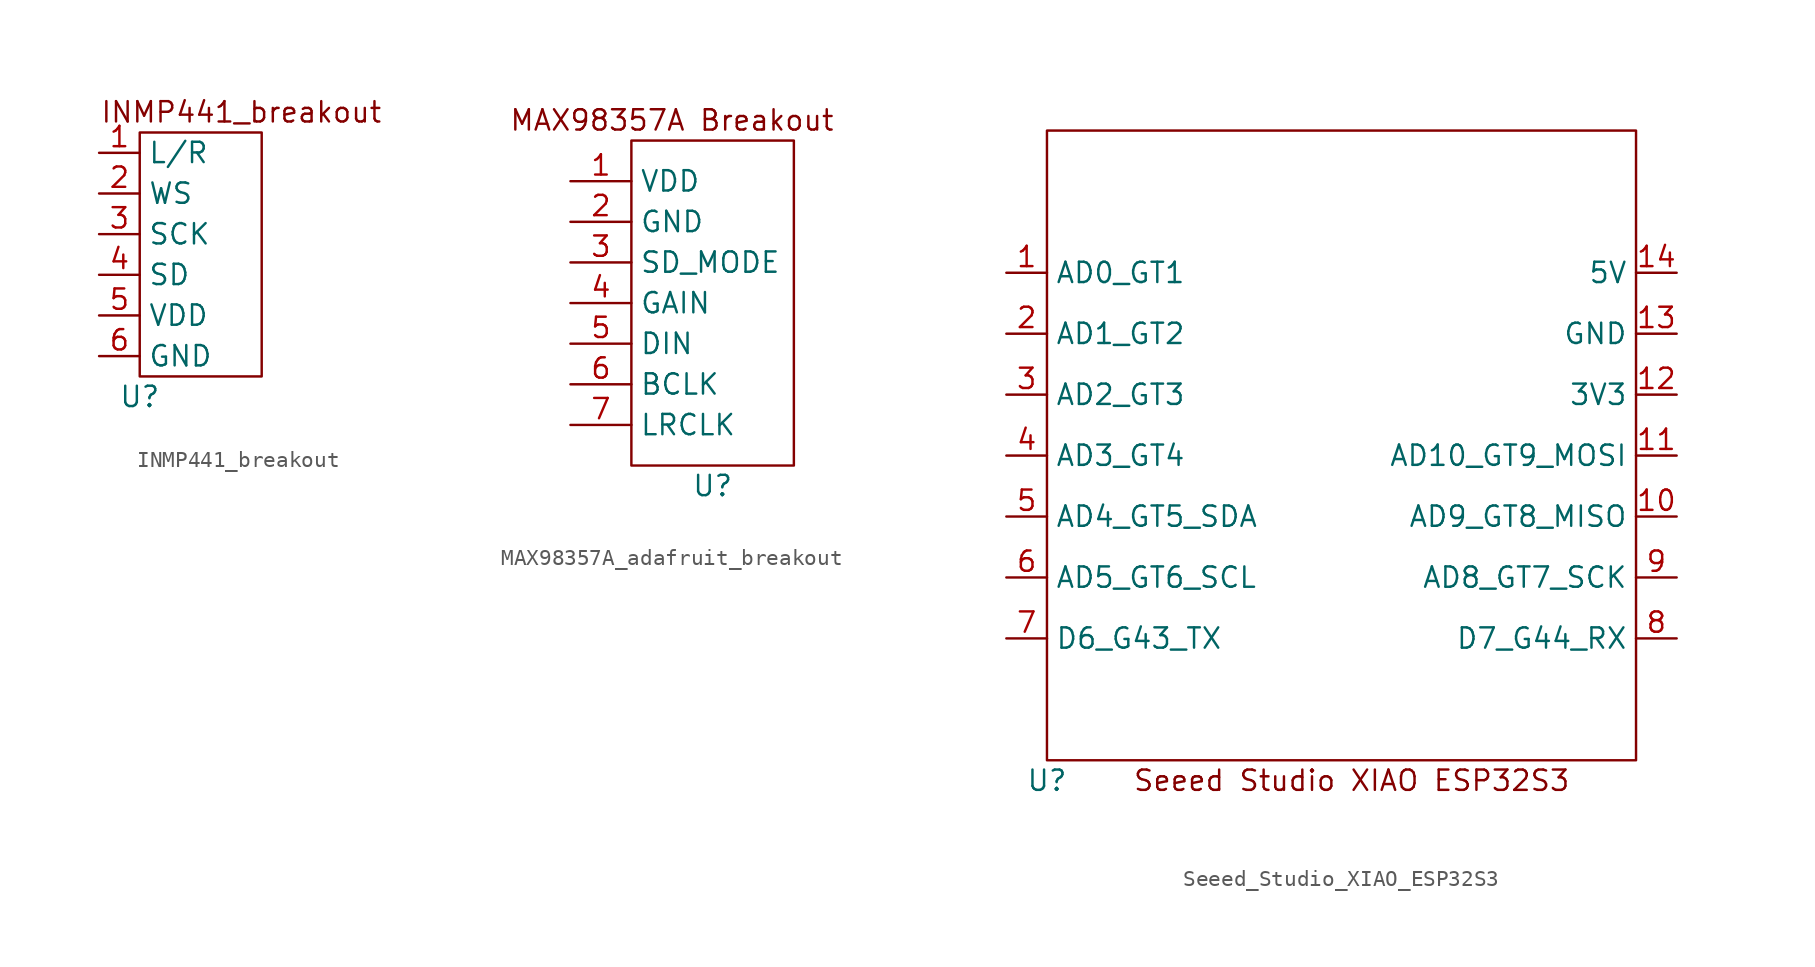
<source format=kicad_sym>
(kicad_symbol_lib
  (version 20220914)
  (generator kicad_symbol_editor)
  (symbol "INMP441_breakout"
    (property "Reference" "U"
      (at 0 0 0)
      (effects (font (size 1.27 1.27))))
    (property "Value" ""
      (at 0 0 0)
      (effects (font (size 1.27 1.27))))
    (symbol "INMP441_breakout_0_1"
      (rectangle (start 0 16.51) (end 7.62 1.27) (stroke (width 0) (type default)) (fill (type none))))
    (symbol "INMP441_breakout_1_0"
      (pin passive line (at -2.54 15.24 0) (length 2.54) (name "L/R" (effects (font (size 1.27 1.27)))) (number "1" (effects (font (size 1.27 1.27)))))
      (pin passive line (at -2.54 12.7 0) (length 2.54) (name "WS" (effects (font (size 1.27 1.27)))) (number "2" (effects (font (size 1.27 1.27)))))
      (pin passive line (at -2.54 10.16 0) (length 2.54) (name "SCK" (effects (font (size 1.27 1.27)))) (number "3" (effects (font (size 1.27 1.27)))))
      (pin passive line (at -2.54 7.62 0) (length 2.54) (name "SD" (effects (font (size 1.27 1.27)))) (number "4" (effects (font (size 1.27 1.27)))))
      (pin passive line (at -2.54 5.08 0) (length 2.54) (name "VDD" (effects (font (size 1.27 1.27)))) (number "5" (effects (font (size 1.27 1.27)))))
      (pin passive line (at -2.54 2.54 0) (length 2.54) (name "GND" (effects (font (size 1.27 1.27)))) (number "6" (effects (font (size 1.27 1.27))))))
    (symbol "INMP441_breakout_1_1"
      (text "INMP441_breakout" (at 6.35 17.78 0) (effects (font (size 1.27 1.27))))))
  (symbol "MAX98357A_adafruit_breakout"
    (property "Reference" "U"
      (at 8.89 -1.27 0)
      (effects (font (size 1.27 1.27))))
    (property "Value" ""
      (at 2.54 0 0)
      (effects (font (size 1.27 1.27))))
    (symbol "MAX98357A_adafruit_breakout_0_1"
      (rectangle (start 3.81 20.32) (end 13.97 0) (stroke (width 0) (type default)) (fill (type none))))
    (symbol "MAX98357A_adafruit_breakout_1_1"
      (text "MAX98357A Breakout" (at 6.35 21.59 0) (effects (font (size 1.27 1.27))))
      (pin passive line (at 0 17.78 0) (length 3.81) (name "VDD" (effects (font (size 1.27 1.27)))) (number "1" (effects (font (size 1.27 1.27)))))
      (pin passive line (at 0 15.24 0) (length 3.81) (name "GND" (effects (font (size 1.27 1.27)))) (number "2" (effects (font (size 1.27 1.27)))))
      (pin passive line (at 0 12.7 0) (length 3.81) (name "SD_MODE" (effects (font (size 1.27 1.27)))) (number "3" (effects (font (size 1.27 1.27)))))
      (pin passive line (at 0 10.16 0) (length 3.81) (name "GAIN" (effects (font (size 1.27 1.27)))) (number "4" (effects (font (size 1.27 1.27)))))
      (pin passive line (at 0 7.62 0) (length 3.81) (name "DIN" (effects (font (size 1.27 1.27)))) (number "5" (effects (font (size 1.27 1.27)))))
      (pin passive line (at 0 5.08 0) (length 3.81) (name "BCLK" (effects (font (size 1.27 1.27)))) (number "6" (effects (font (size 1.27 1.27)))))
      (pin passive line (at 0 2.54 0) (length 3.81) (name "LRCLK" (effects (font (size 1.27 1.27)))) (number "7" (effects (font (size 1.27 1.27)))))))
  (symbol "Seeed_Studio_XIAO_ESP32S3"
    (property "Reference" "U"
      (at -17.78 -21.59 0)
      (effects (font (size 1.27 1.27))))
    (property "Value" ""
      (at 0 0 0)
      (effects (font (size 1.27 1.27))))
    (symbol "Seeed_Studio_XIAO_ESP32S3_0_1"
      (rectangle (start -17.78 19.05) (end 19.05 -20.32) (stroke (width 0) (type default)) (fill (type none))))
    (symbol "Seeed_Studio_XIAO_ESP32S3_1_1"
      (text "Seeed Studio XIAO ESP32S3" (at 1.27 -21.59 0) (effects (font (size 1.27 1.27))))
      (pin passive line (at -20.32 10.16 0) (length 2.54) (name "AD0_GT1" (effects (font (size 1.27 1.27)))) (number "1" (effects (font (size 1.27 1.27)))))
      (pin passive line (at 21.59 -5.08 180) (length 2.54) (name "AD9_GT8_MISO" (effects (font (size 1.27 1.27)))) (number "10" (effects (font (size 1.27 1.27)))))
      (pin passive line (at 21.59 -1.27 180) (length 2.54) (name "AD10_GT9_MOSI" (effects (font (size 1.27 1.27)))) (number "11" (effects (font (size 1.27 1.27)))))
      (pin power_out line (at 21.59 2.54 180) (length 2.54) (name "3V3" (effects (font (size 1.27 1.27)))) (number "12" (effects (font (size 1.27 1.27)))))
      (pin power_out line (at 21.59 6.35 180) (length 2.54) (name "GND" (effects (font (size 1.27 1.27)))) (number "13" (effects (font (size 1.27 1.27)))))
      (pin power_out line (at 21.59 10.16 180) (length 2.54) (name "5V" (effects (font (size 1.27 1.27)))) (number "14" (effects (font (size 1.27 1.27)))))
      (pin passive line (at -20.32 6.35 0) (length 2.54) (name "AD1_GT2" (effects (font (size 1.27 1.27)))) (number "2" (effects (font (size 1.27 1.27)))))
      (pin passive line (at -20.32 2.54 0) (length 2.54) (name "AD2_GT3" (effects (font (size 1.27 1.27)))) (number "3" (effects (font (size 1.27 1.27)))))
      (pin passive line (at -20.32 -1.27 0) (length 2.54) (name "AD3_GT4" (effects (font (size 1.27 1.27)))) (number "4" (effects (font (size 1.27 1.27)))))
      (pin passive line (at -20.32 -5.08 0) (length 2.54) (name "AD4_GT5_SDA" (effects (font (size 1.27 1.27)))) (number "5" (effects (font (size 1.27 1.27)))))
      (pin passive line (at -20.32 -8.89 0) (length 2.54) (name "AD5_GT6_SCL" (effects (font (size 1.27 1.27)))) (number "6" (effects (font (size 1.27 1.27)))))
      (pin passive line (at -20.32 -12.7 0) (length 2.54) (name "D6_G43_TX" (effects (font (size 1.27 1.27)))) (number "7" (effects (font (size 1.27 1.27)))))
      (pin passive line (at 21.59 -12.7 180) (length 2.54) (name "D7_G44_RX" (effects (font (size 1.27 1.27)))) (number "8" (effects (font (size 1.27 1.27)))))
      (pin passive line (at 21.59 -8.89 180) (length 2.54) (name "AD8_GT7_SCK" (effects (font (size 1.27 1.27)))) (number "9" (effects (font (size 1.27 1.27))))))))
</source>
